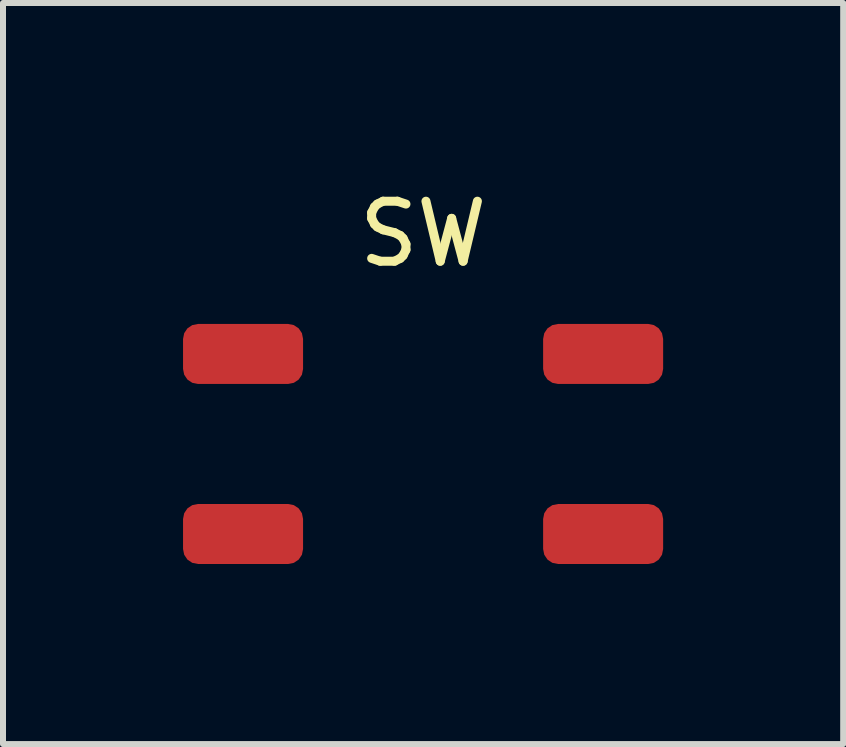
<source format=kicad_pcb>
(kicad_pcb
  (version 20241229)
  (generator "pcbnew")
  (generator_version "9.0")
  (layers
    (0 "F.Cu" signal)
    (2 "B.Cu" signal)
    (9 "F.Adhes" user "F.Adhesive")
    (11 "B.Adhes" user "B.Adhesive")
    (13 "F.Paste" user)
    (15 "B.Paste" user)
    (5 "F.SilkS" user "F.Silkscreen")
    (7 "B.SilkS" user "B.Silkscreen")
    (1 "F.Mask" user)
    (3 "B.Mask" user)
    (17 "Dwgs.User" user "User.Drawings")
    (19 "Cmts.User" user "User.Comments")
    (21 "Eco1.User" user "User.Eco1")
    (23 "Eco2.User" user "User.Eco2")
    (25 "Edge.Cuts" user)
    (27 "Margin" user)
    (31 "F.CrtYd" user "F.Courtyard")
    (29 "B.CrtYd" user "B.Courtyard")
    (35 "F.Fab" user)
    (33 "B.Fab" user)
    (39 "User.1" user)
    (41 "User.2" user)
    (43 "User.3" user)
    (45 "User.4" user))
  (footprint "SW"
    (layer "F.Cu")
    (at 4 4.348)
    (property "Reference" "SW" (at 0 -3.5 0) (layer "F.SilkS") (effects (font (size 1 1) (thickness 0.15))))
    (attr through_hole)
    (pad "1" smd roundrect (at -3 -1.5) (size 2 1) (layers "F.Cu" "F.Mask" "F.Paste") (roundrect_rratio 0.25))
    (pad "1" smd roundrect (at 3 -1.5) (size 2 1) (layers "F.Cu" "F.Mask" "F.Paste") (roundrect_rratio 0.25))
    (pad "2" smd roundrect (at -3 1.5) (size 2 1) (layers "F.Cu" "F.Mask" "F.Paste") (roundrect_rratio 0.25))
    (pad "2" smd roundrect (at 3 1.5) (size 2 1) (layers "F.Cu" "F.Mask" "F.Paste") (roundrect_rratio 0.25)))
  (gr_rect
    (start -3 -3)
    (end 11 9.348)
    (stroke (width 0.1) (type default))
    (fill no)
    (layer "Edge.Cuts")))
</source>
